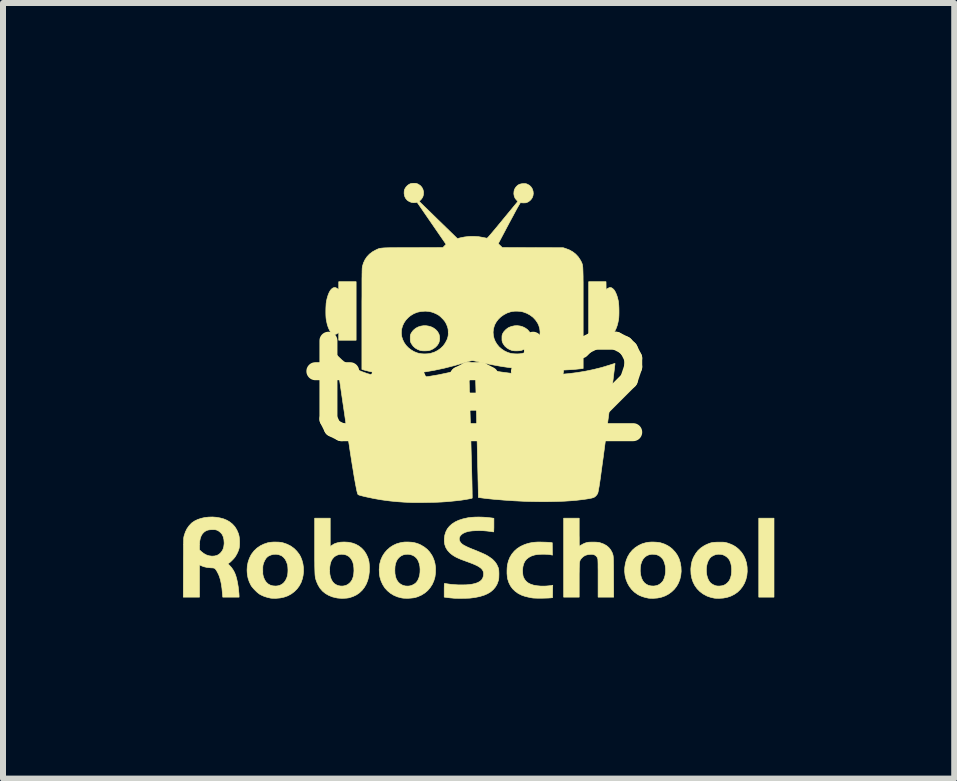
<source format=kicad_pcb>
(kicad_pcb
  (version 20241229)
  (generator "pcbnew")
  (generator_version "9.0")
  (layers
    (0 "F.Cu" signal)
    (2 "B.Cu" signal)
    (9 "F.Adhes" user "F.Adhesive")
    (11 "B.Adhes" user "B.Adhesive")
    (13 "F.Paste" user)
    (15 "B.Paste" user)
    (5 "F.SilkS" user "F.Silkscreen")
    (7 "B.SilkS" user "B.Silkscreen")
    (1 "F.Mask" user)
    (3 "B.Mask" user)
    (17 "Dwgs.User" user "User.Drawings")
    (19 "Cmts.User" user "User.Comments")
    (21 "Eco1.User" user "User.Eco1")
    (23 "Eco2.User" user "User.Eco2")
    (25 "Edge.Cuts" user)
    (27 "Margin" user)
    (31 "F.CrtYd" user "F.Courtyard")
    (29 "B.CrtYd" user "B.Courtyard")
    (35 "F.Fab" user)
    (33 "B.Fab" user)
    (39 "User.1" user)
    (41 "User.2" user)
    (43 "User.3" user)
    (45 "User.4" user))
  (footprint "test2"
    (layer "F.Cu")
    (at 4.928 3.464)
    (property "Reference" "test2" (at 0 0 0) (layer "F.SilkS") (effects (font (size 1.524 1.524) (thickness 0.3))))
    (attr through_hole)
    (fp_poly (pts (xy 4.923 3.439) (xy 4.669 3.439) (xy 4.669 2.123) (xy 4.923 2.123) (xy 4.923 3.439)) (stroke (width 0.01) (type solid)) (fill yes) (layer "F.SilkS"))
    (fp_poly (pts (xy -2.042 -0.843) (xy -2.332 -0.843) (xy -2.332 -0.977) (xy -2.346 -0.964) (xy -2.365 -0.949) (xy -2.383 -0.942) (xy -2.401 -0.94) (xy -2.425 -0.945) (xy -2.448 -0.959) (xy -2.47 -0.983) (xy -2.489 -1.016) (xy -2.507 -1.057) (xy -2.523 -1.105) (xy -2.535 -1.161) (xy -2.541 -1.191) (xy -2.544 -1.219) (xy -2.546 -1.255) (xy -2.547 -1.295) (xy -2.547 -1.338) (xy -2.546 -1.382) (xy -2.544 -1.422) (xy -2.542 -1.458) (xy -2.538 -1.486) (xy -2.538 -1.486) (xy -2.525 -1.545) (xy -2.509 -1.597) (xy -2.491 -1.64) (xy -2.471 -1.675) (xy -2.448 -1.7) (xy -2.434 -1.711) (xy -2.411 -1.721) (xy -2.388 -1.721) (xy -2.365 -1.711) (xy -2.348 -1.698) (xy -2.332 -1.682) (xy -2.332 -1.819) (xy -2.042 -1.819) (xy -2.042 -0.843)) (stroke (width 0.01) (type solid)) (fill yes) (layer "F.SilkS"))
    (fp_poly (pts (xy 0.692 -1.08) (xy 0.736 -1.067) (xy 0.776 -1.047) (xy 0.812 -1.022) (xy 0.841 -0.99) (xy 0.864 -0.953) (xy 0.869 -0.94) (xy 0.877 -0.907) (xy 0.879 -0.87) (xy 0.875 -0.833) (xy 0.866 -0.8) (xy 0.861 -0.791) (xy 0.838 -0.756) (xy 0.807 -0.724) (xy 0.768 -0.698) (xy 0.725 -0.678) (xy 0.712 -0.674) (xy 0.688 -0.669) (xy 0.659 -0.667) (xy 0.626 -0.666) (xy 0.594 -0.667) (xy 0.567 -0.671) (xy 0.555 -0.673) (xy 0.511 -0.69) (xy 0.472 -0.714) (xy 0.438 -0.744) (xy 0.412 -0.78) (xy 0.405 -0.792) (xy 0.398 -0.808) (xy 0.393 -0.822) (xy 0.39 -0.836) (xy 0.389 -0.853) (xy 0.389 -0.876) (xy 0.389 -0.901) (xy 0.39 -0.918) (xy 0.393 -0.932) (xy 0.398 -0.946) (xy 0.403 -0.957) (xy 0.422 -0.987) (xy 0.449 -1.016) (xy 0.479 -1.041) (xy 0.505 -1.057) (xy 0.551 -1.074) (xy 0.598 -1.084) (xy 0.645 -1.086) (xy 0.692 -1.08)) (stroke (width 0.01) (type solid)) (fill yes) (layer "F.SilkS"))
    (fp_poly (pts (xy -0.875 -1.085) (xy -0.831 -1.078) (xy -0.788 -1.065) (xy -0.749 -1.045) (xy -0.715 -1.02) (xy -0.686 -0.989) (xy -0.665 -0.952) (xy -0.66 -0.941) (xy -0.652 -0.907) (xy -0.65 -0.87) (xy -0.654 -0.833) (xy -0.664 -0.799) (xy -0.668 -0.791) (xy -0.691 -0.756) (xy -0.723 -0.724) (xy -0.761 -0.698) (xy -0.804 -0.678) (xy -0.818 -0.674) (xy -0.841 -0.669) (xy -0.87 -0.667) (xy -0.903 -0.666) (xy -0.935 -0.667) (xy -0.962 -0.671) (xy -0.974 -0.673) (xy -1.018 -0.69) (xy -1.058 -0.714) (xy -1.091 -0.744) (xy -1.117 -0.78) (xy -1.124 -0.792) (xy -1.132 -0.808) (xy -1.136 -0.822) (xy -1.139 -0.836) (xy -1.14 -0.853) (xy -1.14 -0.876) (xy -1.14 -0.901) (xy -1.139 -0.918) (xy -1.136 -0.932) (xy -1.131 -0.946) (xy -1.126 -0.957) (xy -1.114 -0.976) (xy -1.099 -0.997) (xy -1.083 -1.014) (xy -1.048 -1.043) (xy -1.008 -1.064) (xy -0.965 -1.078) (xy -0.92 -1.085) (xy -0.875 -1.085)) (stroke (width 0.01) (type solid)) (fill yes) (layer "F.SilkS"))
    (fp_poly (pts (xy 2.124 -1.749) (xy 2.124 -1.719) (xy 2.125 -1.7) (xy 2.126 -1.689) (xy 2.128 -1.687) (xy 2.129 -1.688) (xy 2.138 -1.698) (xy 2.154 -1.708) (xy 2.172 -1.717) (xy 2.188 -1.722) (xy 2.192 -1.722) (xy 2.216 -1.717) (xy 2.238 -1.702) (xy 2.26 -1.679) (xy 2.279 -1.647) (xy 2.297 -1.607) (xy 2.313 -1.56) (xy 2.326 -1.506) (xy 2.33 -1.486) (xy 2.333 -1.458) (xy 2.336 -1.422) (xy 2.338 -1.382) (xy 2.339 -1.338) (xy 2.339 -1.295) (xy 2.338 -1.255) (xy 2.336 -1.219) (xy 2.333 -1.191) (xy 2.322 -1.137) (xy 2.309 -1.087) (xy 2.293 -1.043) (xy 2.276 -1.006) (xy 2.257 -0.976) (xy 2.237 -0.955) (xy 2.225 -0.947) (xy 2.205 -0.941) (xy 2.184 -0.94) (xy 2.165 -0.945) (xy 2.162 -0.946) (xy 2.151 -0.953) (xy 2.138 -0.963) (xy 2.137 -0.964) (xy 2.123 -0.977) (xy 2.123 -0.843) (xy 1.834 -0.843) (xy 1.834 -1.819) (xy 2.123 -1.819) (xy 2.124 -1.749)) (stroke (width 0.01) (type solid)) (fill yes) (layer "F.SilkS"))
    (fp_poly (pts (xy 1.676 2.357) (xy 1.676 2.405) (xy 1.677 2.449) (xy 1.677 2.489) (xy 1.677 2.524) (xy 1.677 2.553) (xy 1.678 2.574) (xy 1.678 2.587) (xy 1.678 2.591) (xy 1.683 2.588) (xy 1.694 2.581) (xy 1.709 2.571) (xy 1.713 2.569) (xy 1.735 2.556) (xy 1.761 2.543) (xy 1.783 2.535) (xy 1.799 2.53) (xy 1.813 2.527) (xy 1.828 2.524) (xy 1.846 2.523) (xy 1.87 2.522) (xy 1.901 2.522) (xy 1.905 2.522) (xy 1.938 2.522) (xy 1.964 2.523) (xy 1.984 2.525) (xy 2.001 2.527) (xy 2.017 2.53) (xy 2.029 2.534) (xy 2.084 2.554) (xy 2.131 2.58) (xy 2.17 2.613) (xy 2.201 2.652) (xy 2.226 2.698) (xy 2.239 2.736) (xy 2.24 2.743) (xy 2.242 2.751) (xy 2.243 2.761) (xy 2.244 2.775) (xy 2.245 2.792) (xy 2.246 2.813) (xy 2.247 2.84) (xy 2.247 2.872) (xy 2.248 2.912) (xy 2.248 2.959) (xy 2.249 3.014) (xy 2.249 3.078) (xy 2.249 3.103) (xy 2.251 3.439) (xy 1.991 3.439) (xy 1.991 3.135) (xy 1.991 3.059) (xy 1.991 2.994) (xy 1.99 2.937) (xy 1.99 2.89) (xy 1.989 2.853) (xy 1.988 2.826) (xy 1.987 2.809) (xy 1.986 2.804) (xy 1.975 2.775) (xy 1.956 2.752) (xy 1.934 2.737) (xy 1.92 2.731) (xy 1.905 2.727) (xy 1.885 2.726) (xy 1.869 2.726) (xy 1.822 2.73) (xy 1.78 2.742) (xy 1.744 2.763) (xy 1.714 2.792) (xy 1.709 2.798) (xy 1.702 2.807) (xy 1.697 2.815) (xy 1.692 2.824) (xy 1.688 2.834) (xy 1.685 2.846) (xy 1.682 2.86) (xy 1.68 2.879) (xy 1.679 2.902) (xy 1.678 2.93) (xy 1.677 2.965) (xy 1.677 3.007) (xy 1.676 3.056) (xy 1.676 3.115) (xy 1.676 3.156) (xy 1.676 3.439) (xy 1.417 3.439) (xy 1.417 2.123) (xy 1.676 2.123) (xy 1.676 2.357)) (stroke (width 0.01) (type solid)) (fill yes) (layer "F.SilkS"))
    (fp_poly (pts (xy 1.074 2.522) (xy 1.108 2.523) (xy 1.139 2.524) (xy 1.167 2.526) (xy 1.189 2.527) (xy 1.202 2.528) (xy 1.204 2.529) (xy 1.227 2.532) (xy 1.228 2.636) (xy 1.23 2.739) (xy 1.218 2.736) (xy 1.185 2.73) (xy 1.145 2.726) (xy 1.101 2.724) (xy 1.055 2.724) (xy 1.01 2.726) (xy 0.969 2.73) (xy 0.935 2.736) (xy 0.929 2.738) (xy 0.877 2.755) (xy 0.833 2.779) (xy 0.797 2.808) (xy 0.769 2.844) (xy 0.749 2.887) (xy 0.737 2.936) (xy 0.732 2.991) (xy 0.733 3.017) (xy 0.735 3.049) (xy 0.738 3.073) (xy 0.742 3.093) (xy 0.746 3.105) (xy 0.766 3.143) (xy 0.792 3.175) (xy 0.825 3.202) (xy 0.866 3.223) (xy 0.915 3.239) (xy 0.972 3.249) (xy 1.036 3.255) (xy 1.067 3.255) (xy 1.102 3.255) (xy 1.137 3.253) (xy 1.171 3.25) (xy 1.2 3.247) (xy 1.222 3.243) (xy 1.223 3.243) (xy 1.235 3.24) (xy 1.232 3.447) (xy 1.206 3.451) (xy 1.189 3.452) (xy 1.164 3.454) (xy 1.132 3.455) (xy 1.096 3.456) (xy 1.058 3.457) (xy 1.02 3.457) (xy 0.984 3.457) (xy 0.952 3.456) (xy 0.926 3.455) (xy 0.908 3.454) (xy 0.907 3.454) (xy 0.864 3.447) (xy 0.819 3.437) (xy 0.774 3.426) (xy 0.733 3.412) (xy 0.718 3.407) (xy 0.66 3.378) (xy 0.61 3.342) (xy 0.566 3.3) (xy 0.531 3.252) (xy 0.504 3.198) (xy 0.485 3.14) (xy 0.482 3.129) (xy 0.477 3.09) (xy 0.473 3.045) (xy 0.473 2.998) (xy 0.475 2.951) (xy 0.479 2.91) (xy 0.48 2.904) (xy 0.496 2.837) (xy 0.521 2.776) (xy 0.554 2.721) (xy 0.595 2.672) (xy 0.643 2.629) (xy 0.699 2.593) (xy 0.762 2.564) (xy 0.809 2.548) (xy 0.851 2.537) (xy 0.892 2.529) (xy 0.935 2.524) (xy 0.981 2.521) (xy 1.034 2.521) (xy 1.074 2.522)) (stroke (width 0.01) (type solid)) (fill yes) (layer "F.SilkS"))
    (fp_poly (pts (xy 2.959 2.523) (xy 2.999 2.527) (xy 3.032 2.533) (xy 3.035 2.534) (xy 3.096 2.554) (xy 3.15 2.58) (xy 3.198 2.612) (xy 3.232 2.641) (xy 3.277 2.69) (xy 3.314 2.743) (xy 3.342 2.802) (xy 3.361 2.866) (xy 3.373 2.936) (xy 3.373 2.938) (xy 3.376 3.009) (xy 3.369 3.078) (xy 3.354 3.143) (xy 3.331 3.203) (xy 3.3 3.258) (xy 3.261 3.308) (xy 3.216 3.351) (xy 3.165 3.388) (xy 3.109 3.418) (xy 3.047 3.44) (xy 2.981 3.454) (xy 2.91 3.459) (xy 2.903 3.459) (xy 2.878 3.458) (xy 2.856 3.458) (xy 2.839 3.457) (xy 2.83 3.456) (xy 2.779 3.445) (xy 2.729 3.43) (xy 2.682 3.411) (xy 2.649 3.393) (xy 2.597 3.356) (xy 2.551 3.311) (xy 2.512 3.26) (xy 2.481 3.205) (xy 2.457 3.145) (xy 2.441 3.082) (xy 2.434 3.016) (xy 2.434 3.005) (xy 2.693 3.005) (xy 2.694 3.015) (xy 2.701 3.071) (xy 2.714 3.12) (xy 2.734 3.162) (xy 2.76 3.197) (xy 2.792 3.223) (xy 2.829 3.242) (xy 2.871 3.252) (xy 2.916 3.254) (xy 2.943 3.251) (xy 2.97 3.245) (xy 2.983 3.241) (xy 3.011 3.227) (xy 3.039 3.206) (xy 3.063 3.181) (xy 3.076 3.163) (xy 3.095 3.121) (xy 3.108 3.074) (xy 3.115 3.023) (xy 3.116 2.97) (xy 3.111 2.919) (xy 3.099 2.87) (xy 3.082 2.826) (xy 3.081 2.825) (xy 3.068 2.804) (xy 3.049 2.783) (xy 3.027 2.763) (xy 3.006 2.748) (xy 3.002 2.746) (xy 2.969 2.733) (xy 2.932 2.726) (xy 2.894 2.724) (xy 2.884 2.724) (xy 2.839 2.733) (xy 2.8 2.75) (xy 2.767 2.775) (xy 2.739 2.808) (xy 2.718 2.848) (xy 2.703 2.894) (xy 2.695 2.947) (xy 2.693 3.005) (xy 2.434 3.005) (xy 2.435 2.949) (xy 2.445 2.882) (xy 2.461 2.823) (xy 2.487 2.761) (xy 2.521 2.705) (xy 2.563 2.655) (xy 2.612 2.612) (xy 2.667 2.577) (xy 2.727 2.549) (xy 2.794 2.53) (xy 2.799 2.529) (xy 2.833 2.524) (xy 2.874 2.521) (xy 2.917 2.521) (xy 2.959 2.523)) (stroke (width 0.01) (type solid)) (fill yes) (layer "F.SilkS"))
    (fp_poly (pts (xy -1.163 2.521) (xy -1.115 2.524) (xy -1.072 2.531) (xy -1.034 2.541) (xy -0.995 2.555) (xy -0.963 2.57) (xy -0.906 2.604) (xy -0.857 2.643) (xy -0.816 2.688) (xy -0.78 2.741) (xy -0.764 2.771) (xy -0.743 2.823) (xy -0.728 2.878) (xy -0.719 2.939) (xy -0.718 2.962) (xy -0.719 3.034) (xy -0.728 3.103) (xy -0.747 3.167) (xy -0.773 3.226) (xy -0.808 3.28) (xy -0.849 3.329) (xy -0.898 3.37) (xy -0.954 3.405) (xy -1.015 3.432) (xy -1.057 3.445) (xy -1.088 3.451) (xy -1.126 3.455) (xy -1.167 3.458) (xy -1.209 3.458) (xy -1.248 3.457) (xy -1.28 3.453) (xy -1.284 3.452) (xy -1.351 3.435) (xy -1.413 3.409) (xy -1.469 3.375) (xy -1.519 3.334) (xy -1.563 3.286) (xy -1.598 3.231) (xy -1.626 3.171) (xy -1.646 3.105) (xy -1.646 3.103) (xy -1.653 3.063) (xy -1.656 3.018) (xy -1.657 2.99) (xy -1.397 2.99) (xy -1.395 3.045) (xy -1.387 3.092) (xy -1.374 3.133) (xy -1.355 3.168) (xy -1.335 3.194) (xy -1.302 3.222) (xy -1.264 3.242) (xy -1.222 3.253) (xy -1.177 3.255) (xy -1.142 3.251) (xy -1.111 3.241) (xy -1.08 3.226) (xy -1.054 3.208) (xy -1.038 3.193) (xy -1.014 3.159) (xy -0.996 3.117) (xy -0.983 3.072) (xy -0.977 3.023) (xy -0.976 2.972) (xy -0.98 2.923) (xy -0.991 2.876) (xy -1.007 2.833) (xy -1.03 2.796) (xy -1.034 2.791) (xy -1.063 2.763) (xy -1.097 2.743) (xy -1.136 2.73) (xy -1.177 2.724) (xy -1.218 2.726) (xy -1.258 2.735) (xy -1.295 2.753) (xy -1.322 2.774) (xy -1.35 2.804) (xy -1.37 2.839) (xy -1.385 2.88) (xy -1.394 2.927) (xy -1.397 2.983) (xy -1.397 2.99) (xy -1.657 2.99) (xy -1.657 2.971) (xy -1.654 2.925) (xy -1.649 2.886) (xy -1.648 2.883) (xy -1.63 2.817) (xy -1.604 2.758) (xy -1.569 2.703) (xy -1.526 2.653) (xy -1.524 2.652) (xy -1.476 2.609) (xy -1.424 2.576) (xy -1.368 2.55) (xy -1.354 2.546) (xy -1.313 2.534) (xy -1.275 2.526) (xy -1.236 2.521) (xy -1.192 2.52) (xy -1.163 2.521)) (stroke (width 0.01) (type solid)) (fill yes) (layer "F.SilkS"))
    (fp_poly (pts (xy -2.474 2.596) (xy -2.447 2.576) (xy -2.407 2.551) (xy -2.359 2.534) (xy -2.303 2.523) (xy -2.241 2.52) (xy -2.241 2.52) (xy -2.171 2.524) (xy -2.107 2.537) (xy -2.048 2.558) (xy -1.996 2.587) (xy -1.949 2.624) (xy -1.908 2.668) (xy -1.874 2.721) (xy -1.867 2.736) (xy -1.85 2.772) (xy -1.838 2.807) (xy -1.829 2.842) (xy -1.824 2.882) (xy -1.821 2.928) (xy -1.82 2.939) (xy -1.822 3.016) (xy -1.831 3.089) (xy -1.848 3.157) (xy -1.872 3.219) (xy -1.904 3.275) (xy -1.942 3.324) (xy -1.987 3.367) (xy -2.038 3.402) (xy -2.095 3.429) (xy -2.157 3.449) (xy -2.173 3.452) (xy -2.203 3.456) (xy -2.24 3.458) (xy -2.279 3.459) (xy -2.319 3.457) (xy -2.354 3.454) (xy -2.369 3.451) (xy -2.437 3.435) (xy -2.499 3.41) (xy -2.554 3.378) (xy -2.602 3.339) (xy -2.643 3.292) (xy -2.676 3.238) (xy -2.703 3.177) (xy -2.715 3.139) (xy -2.718 3.128) (xy -2.721 3.115) (xy -2.723 3.102) (xy -2.725 3.086) (xy -2.727 3.068) (xy -2.728 3.047) (xy -2.729 3.022) (xy -2.73 2.992) (xy -2.73 2.991) (xy -2.484 2.991) (xy -2.481 3.051) (xy -2.471 3.103) (xy -2.454 3.148) (xy -2.431 3.186) (xy -2.402 3.216) (xy -2.366 3.237) (xy -2.337 3.248) (xy -2.3 3.254) (xy -2.26 3.254) (xy -2.221 3.246) (xy -2.2 3.238) (xy -2.17 3.22) (xy -2.141 3.195) (xy -2.118 3.165) (xy -2.106 3.143) (xy -2.091 3.1) (xy -2.082 3.052) (xy -2.078 3.001) (xy -2.08 2.949) (xy -2.086 2.899) (xy -2.098 2.855) (xy -2.103 2.842) (xy -2.124 2.804) (xy -2.151 2.772) (xy -2.171 2.756) (xy -2.207 2.737) (xy -2.246 2.727) (xy -2.287 2.724) (xy -2.328 2.729) (xy -2.366 2.742) (xy -2.4 2.762) (xy -2.412 2.773) (xy -2.439 2.804) (xy -2.46 2.843) (xy -2.474 2.888) (xy -2.482 2.94) (xy -2.484 2.991) (xy -2.73 2.991) (xy -2.731 2.957) (xy -2.732 2.916) (xy -2.732 2.869) (xy -2.733 2.814) (xy -2.733 2.751) (xy -2.733 2.68) (xy -2.733 2.599) (xy -2.733 2.574) (xy -2.733 2.123) (xy -2.474 2.123) (xy -2.474 2.596)) (stroke (width 0.01) (type solid)) (fill yes) (layer "F.SilkS"))
    (fp_poly (pts (xy -3.335 2.522) (xy -3.296 2.526) (xy -3.263 2.533) (xy -3.259 2.534) (xy -3.192 2.557) (xy -3.131 2.588) (xy -3.077 2.627) (xy -3.031 2.673) (xy -2.991 2.725) (xy -2.967 2.767) (xy -2.945 2.823) (xy -2.929 2.884) (xy -2.92 2.948) (xy -2.919 3.014) (xy -2.926 3.078) (xy -2.937 3.13) (xy -2.959 3.194) (xy -2.99 3.252) (xy -3.028 3.303) (xy -3.073 3.348) (xy -3.124 3.386) (xy -3.181 3.417) (xy -3.243 3.439) (xy -3.309 3.453) (xy -3.38 3.459) (xy -3.391 3.459) (xy -3.416 3.458) (xy -3.438 3.458) (xy -3.456 3.457) (xy -3.465 3.456) (xy -3.519 3.444) (xy -3.574 3.427) (xy -3.625 3.404) (xy -3.646 3.393) (xy -3.668 3.377) (xy -3.694 3.356) (xy -3.721 3.33) (xy -3.747 3.303) (xy -3.77 3.276) (xy -3.789 3.252) (xy -3.794 3.243) (xy -3.823 3.184) (xy -3.844 3.121) (xy -3.856 3.055) (xy -3.86 2.99) (xy -3.598 2.99) (xy -3.598 3.02) (xy -3.598 3.044) (xy -3.596 3.062) (xy -3.593 3.077) (xy -3.589 3.092) (xy -3.585 3.107) (xy -3.566 3.152) (xy -3.54 3.19) (xy -3.509 3.219) (xy -3.473 3.239) (xy -3.431 3.251) (xy -3.385 3.254) (xy -3.378 3.254) (xy -3.35 3.251) (xy -3.323 3.245) (xy -3.311 3.241) (xy -3.275 3.222) (xy -3.244 3.195) (xy -3.218 3.16) (xy -3.198 3.117) (xy -3.187 3.084) (xy -3.182 3.056) (xy -3.179 3.021) (xy -3.178 2.984) (xy -3.18 2.947) (xy -3.183 2.914) (xy -3.187 2.896) (xy -3.203 2.849) (xy -3.224 2.809) (xy -3.251 2.776) (xy -3.281 2.752) (xy -3.292 2.746) (xy -3.333 2.731) (xy -3.376 2.724) (xy -3.42 2.726) (xy -3.463 2.737) (xy -3.503 2.755) (xy -3.519 2.767) (xy -3.54 2.787) (xy -3.559 2.816) (xy -3.576 2.85) (xy -3.585 2.873) (xy -3.59 2.89) (xy -3.594 2.905) (xy -3.596 2.921) (xy -3.598 2.939) (xy -3.598 2.964) (xy -3.598 2.99) (xy -3.86 2.99) (xy -3.86 2.988) (xy -3.856 2.921) (xy -3.843 2.856) (xy -3.822 2.794) (xy -3.793 2.735) (xy -3.782 2.718) (xy -3.742 2.666) (xy -3.694 2.621) (xy -3.64 2.584) (xy -3.581 2.555) (xy -3.516 2.533) (xy -3.495 2.529) (xy -3.461 2.524) (xy -3.421 2.521) (xy -3.378 2.521) (xy -3.335 2.522)) (stroke (width 0.01) (type solid)) (fill yes) (layer "F.SilkS"))
    (fp_poly (pts (xy 4.042 2.523) (xy 4.068 2.523) (xy 4.088 2.524) (xy 4.104 2.526) (xy 4.119 2.529) (xy 4.134 2.533) (xy 4.146 2.536) (xy 4.196 2.554) (xy 4.239 2.573) (xy 4.277 2.595) (xy 4.314 2.623) (xy 4.34 2.646) (xy 4.383 2.694) (xy 4.418 2.747) (xy 4.445 2.807) (xy 4.465 2.871) (xy 4.475 2.939) (xy 4.475 2.94) (xy 4.477 3.013) (xy 4.47 3.082) (xy 4.454 3.147) (xy 4.43 3.208) (xy 4.398 3.263) (xy 4.36 3.312) (xy 4.315 3.356) (xy 4.263 3.392) (xy 4.206 3.421) (xy 4.144 3.442) (xy 4.077 3.455) (xy 4.006 3.459) (xy 4.006 3.459) (xy 3.98 3.458) (xy 3.957 3.458) (xy 3.939 3.457) (xy 3.929 3.456) (xy 3.901 3.45) (xy 3.868 3.442) (xy 3.834 3.431) (xy 3.804 3.42) (xy 3.797 3.416) (xy 3.738 3.384) (xy 3.686 3.344) (xy 3.641 3.298) (xy 3.603 3.245) (xy 3.574 3.188) (xy 3.553 3.125) (xy 3.54 3.058) (xy 3.537 2.986) (xy 3.537 2.966) (xy 3.795 2.966) (xy 3.796 3.017) (xy 3.802 3.067) (xy 3.814 3.113) (xy 3.832 3.156) (xy 3.856 3.192) (xy 3.857 3.193) (xy 3.879 3.213) (xy 3.908 3.231) (xy 3.94 3.245) (xy 3.955 3.25) (xy 3.984 3.254) (xy 4.018 3.254) (xy 4.053 3.25) (xy 4.083 3.242) (xy 4.086 3.241) (xy 4.115 3.226) (xy 4.143 3.204) (xy 4.167 3.178) (xy 4.182 3.156) (xy 4.199 3.116) (xy 4.211 3.07) (xy 4.216 3.02) (xy 4.217 2.969) (xy 4.212 2.919) (xy 4.202 2.872) (xy 4.186 2.831) (xy 4.182 2.824) (xy 4.171 2.806) (xy 4.155 2.788) (xy 4.142 2.774) (xy 4.108 2.75) (xy 4.071 2.733) (xy 4.03 2.725) (xy 3.989 2.724) (xy 3.949 2.731) (xy 3.911 2.746) (xy 3.877 2.767) (xy 3.853 2.791) (xy 3.83 2.827) (xy 3.812 2.87) (xy 3.801 2.917) (xy 3.795 2.966) (xy 3.537 2.966) (xy 3.537 2.962) (xy 3.544 2.9) (xy 3.556 2.843) (xy 3.575 2.79) (xy 3.584 2.771) (xy 3.617 2.714) (xy 3.655 2.664) (xy 3.7 2.622) (xy 3.753 2.586) (xy 3.782 2.57) (xy 3.815 2.555) (xy 3.844 2.543) (xy 3.872 2.534) (xy 3.901 2.528) (xy 3.934 2.525) (xy 3.972 2.523) (xy 4.008 2.523) (xy 4.042 2.523)) (stroke (width 0.01) (type solid)) (fill yes) (layer "F.SilkS"))
    (fp_poly (pts (xy 2.273 -0.451) (xy 2.271 -0.436) (xy 2.268 -0.413) (xy 2.265 -0.381) (xy 2.26 -0.342) (xy 2.254 -0.295) (xy 2.248 -0.243) (xy 2.241 -0.185) (xy 2.233 -0.122) (xy 2.225 -0.054) (xy 2.216 0.017) (xy 2.206 0.092) (xy 2.197 0.169) (xy 2.187 0.247) (xy 2.177 0.327) (xy 2.167 0.408) (xy 2.156 0.488) (xy 2.146 0.568) (xy 2.136 0.647) (xy 2.126 0.723) (xy 2.117 0.797) (xy 2.108 0.868) (xy 2.099 0.935) (xy 2.091 0.998) (xy 2.083 1.055) (xy 2.078 1.097) (xy 2.064 1.196) (xy 2.052 1.285) (xy 2.041 1.364) (xy 2.032 1.434) (xy 2.023 1.496) (xy 2.015 1.549) (xy 2.008 1.594) (xy 2.001 1.632) (xy 1.996 1.662) (xy 1.991 1.685) (xy 1.987 1.701) (xy 1.984 1.712) (xy 1.983 1.713) (xy 1.969 1.734) (xy 1.95 1.756) (xy 1.929 1.772) (xy 1.928 1.773) (xy 1.911 1.78) (xy 1.885 1.788) (xy 1.849 1.795) (xy 1.802 1.803) (xy 1.747 1.811) (xy 1.732 1.813) (xy 1.638 1.824) (xy 1.535 1.833) (xy 1.425 1.84) (xy 1.308 1.844) (xy 1.185 1.847) (xy 1.058 1.848) (xy 0.928 1.846) (xy 0.819 1.844) (xy 0.743 1.841) (xy 0.664 1.837) (xy 0.583 1.833) (xy 0.501 1.827) (xy 0.419 1.822) (xy 0.34 1.815) (xy 0.264 1.809) (xy 0.193 1.802) (xy 0.128 1.795) (xy 0.071 1.788) (xy 0.034 1.783) (xy -0.005 1.777) (xy -0.005 1.725) (xy -0.005 1.715) (xy -0.006 1.695) (xy -0.006 1.666) (xy -0.007 1.629) (xy -0.008 1.583) (xy -0.009 1.53) (xy -0.011 1.469) (xy -0.012 1.402) (xy -0.014 1.329) (xy -0.016 1.251) (xy -0.018 1.167) (xy -0.02 1.079) (xy -0.022 0.986) (xy -0.024 0.89) (xy -0.027 0.792) (xy -0.029 0.69) (xy -0.03 0.64) (xy -0.033 0.539) (xy -0.035 0.44) (xy -0.037 0.344) (xy -0.04 0.252) (xy -0.042 0.164) (xy -0.044 0.08) (xy -0.045 0.002) (xy -0.047 -0.07) (xy -0.049 -0.137) (xy -0.05 -0.197) (xy -0.051 -0.25) (xy -0.052 -0.296) (xy -0.053 -0.333) (xy -0.053 -0.362) (xy -0.054 -0.382) (xy -0.054 -0.393) (xy -0.054 -0.395) (xy -0.049 -0.394) (xy -0.035 -0.392) (xy -0.016 -0.387) (xy 0.008 -0.382) (xy 0.021 -0.379) (xy 0.133 -0.354) (xy 0.252 -0.332) (xy 0.378 -0.313) (xy 0.507 -0.296) (xy 0.639 -0.283) (xy 0.77 -0.272) (xy 0.899 -0.266) (xy 1.024 -0.262) (xy 1.143 -0.263) (xy 1.19 -0.264) (xy 1.348 -0.273) (xy 1.498 -0.286) (xy 1.642 -0.304) (xy 1.781 -0.327) (xy 1.915 -0.355) (xy 2.048 -0.388) (xy 2.179 -0.428) (xy 2.193 -0.432) (xy 2.22 -0.441) (xy 2.242 -0.448) (xy 2.26 -0.453) (xy 2.271 -0.456) (xy 2.273 -0.456) (xy 2.273 -0.451)) (stroke (width 0.01) (type solid)) (fill yes) (layer "F.SilkS"))
    (fp_poly (pts (xy -4.372 2.108) (xy -4.309 2.119) (xy -4.249 2.135) (xy -4.195 2.158) (xy -4.152 2.183) (xy -4.104 2.221) (xy -4.064 2.265) (xy -4.032 2.316) (xy -4.007 2.373) (xy -3.997 2.405) (xy -3.991 2.435) (xy -3.987 2.47) (xy -3.985 2.509) (xy -3.985 2.548) (xy -3.987 2.585) (xy -3.991 2.617) (xy -3.994 2.631) (xy -4.008 2.672) (xy -4.027 2.714) (xy -4.05 2.754) (xy -4.061 2.771) (xy -4.077 2.791) (xy -4.097 2.813) (xy -4.119 2.835) (xy -4.14 2.855) (xy -4.159 2.869) (xy -4.165 2.873) (xy -4.18 2.882) (xy -4.151 2.911) (xy -4.12 2.945) (xy -4.093 2.984) (xy -4.069 3.027) (xy -4.049 3.077) (xy -4.033 3.133) (xy -4.019 3.197) (xy -4.007 3.269) (xy -4 3.326) (xy -3.998 3.354) (xy -3.995 3.38) (xy -3.994 3.401) (xy -3.993 3.416) (xy -3.993 3.418) (xy -3.993 3.439) (xy -4.265 3.439) (xy -4.272 3.364) (xy -4.279 3.289) (xy -4.289 3.222) (xy -4.301 3.163) (xy -4.316 3.111) (xy -4.333 3.065) (xy -4.354 3.024) (xy -4.366 3.002) (xy -4.379 2.983) (xy -4.39 2.969) (xy -4.4 2.96) (xy -4.413 2.955) (xy -4.43 2.952) (xy -4.454 2.951) (xy -4.468 2.95) (xy -4.528 2.944) (xy -4.58 2.932) (xy -4.625 2.915) (xy -4.628 2.913) (xy -4.653 2.901) (xy -4.653 3.439) (xy -4.923 3.439) (xy -4.921 2.948) (xy -4.921 2.866) (xy -4.921 2.794) (xy -4.92 2.731) (xy -4.92 2.676) (xy -4.92 2.651) (xy -4.653 2.651) (xy -4.621 2.681) (xy -4.581 2.712) (xy -4.537 2.736) (xy -4.492 2.75) (xy -4.445 2.756) (xy -4.4 2.753) (xy -4.361 2.743) (xy -4.331 2.727) (xy -4.306 2.706) (xy -4.279 2.674) (xy -4.26 2.639) (xy -4.248 2.598) (xy -4.242 2.55) (xy -4.242 2.53) (xy -4.246 2.478) (xy -4.257 2.433) (xy -4.275 2.394) (xy -4.301 2.363) (xy -4.334 2.337) (xy -4.353 2.327) (xy -4.367 2.321) (xy -4.379 2.318) (xy -4.393 2.315) (xy -4.411 2.314) (xy -4.437 2.314) (xy -4.44 2.314) (xy -4.479 2.316) (xy -4.511 2.321) (xy -4.537 2.33) (xy -4.562 2.344) (xy -4.582 2.36) (xy -4.607 2.388) (xy -4.626 2.421) (xy -4.64 2.46) (xy -4.649 2.506) (xy -4.653 2.56) (xy -4.653 2.584) (xy -4.653 2.651) (xy -4.92 2.651) (xy -4.92 2.628) (xy -4.92 2.588) (xy -4.919 2.554) (xy -4.919 2.525) (xy -4.918 2.501) (xy -4.917 2.482) (xy -4.917 2.466) (xy -4.916 2.454) (xy -4.915 2.444) (xy -4.913 2.435) (xy -4.912 2.428) (xy -4.91 2.42) (xy -4.908 2.413) (xy -4.908 2.413) (xy -4.888 2.353) (xy -4.861 2.298) (xy -4.827 2.25) (xy -4.788 2.208) (xy -4.78 2.201) (xy -4.735 2.17) (xy -4.683 2.145) (xy -4.626 2.126) (xy -4.565 2.112) (xy -4.501 2.105) (xy -4.436 2.103) (xy -4.372 2.108)) (stroke (width 0.01) (type solid)) (fill yes) (layer "F.SilkS"))
    (fp_poly (pts (xy -2.377 -0.608) (xy -2.369 -0.602) (xy -2.357 -0.589) (xy -2.342 -0.573) (xy -2.279 -0.513) (xy -2.208 -0.457) (xy -2.129 -0.407) (xy -2.043 -0.361) (xy -1.95 -0.321) (xy -1.852 -0.286) (xy -1.748 -0.258) (xy -1.656 -0.239) (xy -1.529 -0.22) (xy -1.398 -0.209) (xy -1.262 -0.206) (xy -1.122 -0.209) (xy -0.978 -0.221) (xy -0.828 -0.24) (xy -0.673 -0.266) (xy -0.512 -0.3) (xy -0.345 -0.342) (xy -0.249 -0.368) (xy -0.222 -0.376) (xy -0.198 -0.382) (xy -0.18 -0.387) (xy -0.168 -0.39) (xy -0.165 -0.39) (xy -0.165 -0.385) (xy -0.164 -0.37) (xy -0.164 -0.346) (xy -0.163 -0.313) (xy -0.161 -0.272) (xy -0.16 -0.223) (xy -0.158 -0.167) (xy -0.156 -0.104) (xy -0.154 -0.034) (xy -0.152 0.042) (xy -0.15 0.123) (xy -0.147 0.209) (xy -0.145 0.3) (xy -0.142 0.394) (xy -0.139 0.493) (xy -0.136 0.594) (xy -0.133 0.699) (xy -0.129 0.834) (xy -0.126 0.96) (xy -0.123 1.076) (xy -0.12 1.182) (xy -0.117 1.279) (xy -0.115 1.367) (xy -0.113 1.446) (xy -0.111 1.516) (xy -0.11 1.578) (xy -0.109 1.632) (xy -0.108 1.677) (xy -0.108 1.714) (xy -0.107 1.744) (xy -0.107 1.766) (xy -0.107 1.78) (xy -0.108 1.788) (xy -0.108 1.789) (xy -0.116 1.792) (xy -0.132 1.795) (xy -0.154 1.8) (xy -0.181 1.805) (xy -0.21 1.81) (xy -0.241 1.815) (xy -0.272 1.82) (xy -0.277 1.821) (xy -0.31 1.825) (xy -0.351 1.83) (xy -0.397 1.835) (xy -0.447 1.84) (xy -0.498 1.845) (xy -0.548 1.849) (xy -0.594 1.852) (xy -0.622 1.854) (xy -0.65 1.855) (xy -0.686 1.857) (xy -0.729 1.858) (xy -0.777 1.859) (xy -0.828 1.86) (xy -0.881 1.861) (xy -0.934 1.862) (xy -0.984 1.862) (xy -1.032 1.862) (xy -1.074 1.862) (xy -1.109 1.862) (xy -1.133 1.861) (xy -1.245 1.856) (xy -1.359 1.848) (xy -1.471 1.837) (xy -1.578 1.823) (xy -1.628 1.816) (xy -1.673 1.808) (xy -1.72 1.8) (xy -1.767 1.791) (xy -1.813 1.781) (xy -1.857 1.772) (xy -1.898 1.763) (xy -1.934 1.754) (xy -1.965 1.746) (xy -1.988 1.739) (xy -2.004 1.733) (xy -2.009 1.73) (xy -2.013 1.725) (xy -2.018 1.713) (xy -2.023 1.696) (xy -2.029 1.672) (xy -2.036 1.641) (xy -2.043 1.603) (xy -2.052 1.559) (xy -2.061 1.507) (xy -2.072 1.447) (xy -2.083 1.38) (xy -2.095 1.305) (xy -2.109 1.222) (xy -2.123 1.131) (xy -2.139 1.031) (xy -2.155 0.922) (xy -2.173 0.804) (xy -2.192 0.677) (xy -2.213 0.541) (xy -2.234 0.395) (xy -2.257 0.239) (xy -2.258 0.234) (xy -2.271 0.144) (xy -2.284 0.056) (xy -2.296 -0.028) (xy -2.308 -0.109) (xy -2.319 -0.185) (xy -2.33 -0.257) (xy -2.34 -0.324) (xy -2.349 -0.384) (xy -2.357 -0.438) (xy -2.364 -0.486) (xy -2.37 -0.526) (xy -2.374 -0.558) (xy -2.378 -0.581) (xy -2.38 -0.595) (xy -2.38 -0.599) (xy -2.381 -0.607) (xy -2.381 -0.61) (xy -2.377 -0.608)) (stroke (width 0.01) (type solid)) (fill yes) (layer "F.SilkS"))
    (fp_poly (pts (xy 0.071 2.106) (xy 0.136 2.11) (xy 0.197 2.117) (xy 0.215 2.119) (xy 0.254 2.125) (xy 0.254 2.239) (xy 0.254 2.279) (xy 0.253 2.311) (xy 0.252 2.334) (xy 0.251 2.348) (xy 0.249 2.352) (xy 0.242 2.351) (xy 0.227 2.349) (xy 0.208 2.346) (xy 0.196 2.344) (xy 0.139 2.337) (xy 0.079 2.332) (xy 0.017 2.33) (xy -0.043 2.331) (xy -0.1 2.334) (xy -0.15 2.34) (xy -0.173 2.344) (xy -0.217 2.357) (xy -0.253 2.373) (xy -0.283 2.393) (xy -0.305 2.416) (xy -0.318 2.44) (xy -0.324 2.467) (xy -0.32 2.494) (xy -0.306 2.521) (xy -0.295 2.535) (xy -0.283 2.548) (xy -0.267 2.56) (xy -0.248 2.573) (xy -0.223 2.586) (xy -0.193 2.601) (xy -0.155 2.618) (xy -0.11 2.637) (xy -0.069 2.653) (xy -0.019 2.673) (xy 0.023 2.691) (xy 0.058 2.706) (xy 0.087 2.719) (xy 0.113 2.731) (xy 0.135 2.743) (xy 0.157 2.756) (xy 0.178 2.77) (xy 0.18 2.771) (xy 0.23 2.807) (xy 0.269 2.847) (xy 0.3 2.89) (xy 0.322 2.938) (xy 0.326 2.947) (xy 0.331 2.964) (xy 0.334 2.979) (xy 0.336 2.996) (xy 0.337 3.016) (xy 0.338 3.044) (xy 0.338 3.058) (xy 0.337 3.094) (xy 0.336 3.122) (xy 0.333 3.144) (xy 0.329 3.163) (xy 0.328 3.165) (xy 0.309 3.219) (xy 0.281 3.268) (xy 0.245 3.311) (xy 0.202 3.349) (xy 0.15 3.381) (xy 0.09 3.407) (xy 0.021 3.428) (xy -0.056 3.444) (xy -0.131 3.454) (xy -0.151 3.456) (xy -0.179 3.457) (xy -0.213 3.458) (xy -0.251 3.458) (xy -0.29 3.459) (xy -0.328 3.459) (xy -0.364 3.458) (xy -0.395 3.458) (xy -0.418 3.457) (xy -0.424 3.456) (xy -0.445 3.454) (xy -0.47 3.452) (xy -0.496 3.449) (xy -0.521 3.446) (xy -0.542 3.443) (xy -0.556 3.441) (xy -0.56 3.441) (xy -0.574 3.438) (xy -0.574 3.324) (xy -0.574 3.286) (xy -0.573 3.256) (xy -0.573 3.235) (xy -0.572 3.221) (xy -0.57 3.213) (xy -0.568 3.211) (xy -0.568 3.211) (xy -0.56 3.211) (xy -0.545 3.214) (xy -0.526 3.217) (xy -0.518 3.218) (xy -0.463 3.226) (xy -0.402 3.231) (xy -0.337 3.235) (xy -0.273 3.235) (xy -0.211 3.234) (xy -0.17 3.231) (xy -0.108 3.223) (xy -0.056 3.211) (xy -0.012 3.195) (xy 0.023 3.175) (xy 0.05 3.151) (xy 0.068 3.122) (xy 0.079 3.088) (xy 0.083 3.053) (xy 0.081 3.028) (xy 0.074 3.004) (xy 0.061 2.982) (xy 0.043 2.961) (xy 0.017 2.941) (xy -0.015 2.921) (xy -0.056 2.901) (xy -0.105 2.88) (xy -0.164 2.858) (xy -0.18 2.852) (xy -0.24 2.83) (xy -0.292 2.811) (xy -0.336 2.792) (xy -0.373 2.775) (xy -0.405 2.757) (xy -0.433 2.739) (xy -0.457 2.721) (xy -0.48 2.701) (xy -0.488 2.693) (xy -0.523 2.653) (xy -0.548 2.61) (xy -0.564 2.564) (xy -0.572 2.514) (xy -0.572 2.463) (xy -0.564 2.405) (xy -0.547 2.351) (xy -0.522 2.302) (xy -0.487 2.258) (xy -0.445 2.22) (xy -0.393 2.186) (xy -0.334 2.158) (xy -0.267 2.136) (xy -0.192 2.119) (xy -0.173 2.115) (xy -0.12 2.109) (xy -0.059 2.105) (xy 0.005 2.104) (xy 0.071 2.106)) (stroke (width 0.01) (type solid)) (fill yes) (layer "F.SilkS"))
    (fp_poly (pts (xy -1.054 -3.459) (xy -1.037 -3.456) (xy -1.02 -3.45) (xy -1.007 -3.444) (xy -0.973 -3.422) (xy -0.947 -3.393) (xy -0.929 -3.359) (xy -0.919 -3.321) (xy -0.918 -3.303) (xy -0.921 -3.265) (xy -0.931 -3.232) (xy -0.949 -3.202) (xy -0.963 -3.186) (xy -0.991 -3.158) (xy -0.972 -3.139) (xy -0.965 -3.132) (xy -0.952 -3.119) (xy -0.932 -3.1) (xy -0.908 -3.076) (xy -0.878 -3.047) (xy -0.844 -3.014) (xy -0.806 -2.977) (xy -0.764 -2.936) (xy -0.721 -2.894) (xy -0.675 -2.849) (xy -0.653 -2.828) (xy -0.354 -2.537) (xy -0.31 -2.549) (xy -0.236 -2.564) (xy -0.158 -2.573) (xy -0.078 -2.574) (xy 0.001 -2.569) (xy 0.069 -2.557) (xy 0.093 -2.552) (xy 0.114 -2.548) (xy 0.131 -2.545) (xy 0.139 -2.543) (xy 0.139 -2.543) (xy 0.143 -2.546) (xy 0.151 -2.553) (xy 0.163 -2.566) (xy 0.179 -2.584) (xy 0.2 -2.608) (xy 0.226 -2.639) (xy 0.257 -2.676) (xy 0.294 -2.72) (xy 0.336 -2.771) (xy 0.385 -2.83) (xy 0.401 -2.85) (xy 0.654 -3.157) (xy 0.634 -3.177) (xy 0.609 -3.207) (xy 0.594 -3.241) (xy 0.587 -3.28) (xy 0.587 -3.294) (xy 0.59 -3.33) (xy 0.599 -3.36) (xy 0.615 -3.387) (xy 0.629 -3.405) (xy 0.653 -3.427) (xy 0.679 -3.442) (xy 0.71 -3.45) (xy 0.743 -3.454) (xy 0.766 -3.454) (xy 0.783 -3.453) (xy 0.797 -3.45) (xy 0.811 -3.444) (xy 0.814 -3.443) (xy 0.848 -3.424) (xy 0.873 -3.399) (xy 0.894 -3.367) (xy 0.894 -3.366) (xy 0.907 -3.329) (xy 0.911 -3.29) (xy 0.906 -3.252) (xy 0.892 -3.216) (xy 0.871 -3.186) (xy 0.851 -3.167) (xy 0.828 -3.151) (xy 0.819 -3.146) (xy 0.802 -3.139) (xy 0.787 -3.134) (xy 0.77 -3.133) (xy 0.749 -3.132) (xy 0.729 -3.133) (xy 0.712 -3.134) (xy 0.701 -3.135) (xy 0.699 -3.135) (xy 0.697 -3.134) (xy 0.693 -3.13) (xy 0.687 -3.122) (xy 0.68 -3.109) (xy 0.67 -3.092) (xy 0.657 -3.07) (xy 0.641 -3.042) (xy 0.622 -3.007) (xy 0.6 -2.966) (xy 0.574 -2.917) (xy 0.543 -2.86) (xy 0.508 -2.795) (xy 0.327 -2.453) (xy 0.36 -2.421) (xy 0.394 -2.388) (xy 0.902 -2.386) (xy 1.41 -2.385) (xy 1.447 -2.373) (xy 1.511 -2.349) (xy 1.568 -2.317) (xy 1.617 -2.279) (xy 1.66 -2.233) (xy 1.695 -2.18) (xy 1.705 -2.162) (xy 1.71 -2.152) (xy 1.714 -2.144) (xy 1.718 -2.136) (xy 1.721 -2.128) (xy 1.724 -2.12) (xy 1.727 -2.111) (xy 1.73 -2.1) (xy 1.732 -2.088) (xy 1.734 -2.073) (xy 1.736 -2.055) (xy 1.737 -2.034) (xy 1.738 -2.01) (xy 1.739 -1.981) (xy 1.74 -1.947) (xy 1.741 -1.908) (xy 1.741 -1.863) (xy 1.742 -1.812) (xy 1.742 -1.754) (xy 1.742 -1.69) (xy 1.742 -1.617) (xy 1.742 -1.537) (xy 1.742 -1.448) (xy 1.742 -1.35) (xy 1.742 -1.242) (xy 1.742 -1.208) (xy 1.742 -0.372) (xy 1.716 -0.369) (xy 1.58 -0.355) (xy 1.436 -0.347) (xy 1.286 -0.343) (xy 1.133 -0.343) (xy 0.976 -0.348) (xy 0.819 -0.357) (xy 0.662 -0.371) (xy 0.507 -0.388) (xy 0.396 -0.404) (xy 0.343 -0.413) (xy 0.282 -0.424) (xy 0.218 -0.436) (xy 0.153 -0.449) (xy 0.091 -0.462) (xy 0.033 -0.475) (xy 0.002 -0.483) (xy -0.028 -0.489) (xy -0.056 -0.495) (xy -0.08 -0.5) (xy -0.098 -0.502) (xy -0.105 -0.503) (xy -0.118 -0.501) (xy -0.139 -0.497) (xy -0.167 -0.49) (xy -0.2 -0.48) (xy -0.233 -0.47) (xy -0.406 -0.42) (xy -0.574 -0.377) (xy -0.739 -0.342) (xy -0.901 -0.314) (xy -1.062 -0.294) (xy -1.13 -0.287) (xy -1.161 -0.285) (xy -1.198 -0.282) (xy -1.24 -0.28) (xy -1.285 -0.279) (xy -1.329 -0.278) (xy -1.373 -0.277) (xy -1.413 -0.276) (xy -1.448 -0.276) (xy -1.476 -0.277) (xy -1.486 -0.277) (xy -1.595 -0.287) (xy -1.699 -0.3) (xy -1.797 -0.318) (xy -1.887 -0.34) (xy -1.909 -0.346) (xy -1.946 -0.357) (xy -1.946 -0.957) (xy -1.289 -0.957) (xy -1.282 -0.904) (xy -1.266 -0.853) (xy -1.242 -0.804) (xy -1.211 -0.759) (xy -1.173 -0.719) (xy -1.128 -0.684) (xy -1.078 -0.654) (xy -1.023 -0.632) (xy -0.997 -0.625) (xy -0.957 -0.618) (xy -0.912 -0.615) (xy -0.865 -0.616) (xy -0.822 -0.62) (xy -0.799 -0.625) (xy -0.738 -0.644) (xy -0.683 -0.672) (xy -0.634 -0.707) (xy -0.591 -0.748) (xy -0.556 -0.797) (xy -0.528 -0.85) (xy -0.52 -0.871) (xy -0.514 -0.891) (xy -0.51 -0.909) (xy -0.507 -0.927) (xy -0.506 -0.95) (xy -0.506 -0.97) (xy -0.506 -0.978) (xy 0.241 -0.978) (xy 0.245 -0.924) (xy 0.257 -0.872) (xy 0.277 -0.823) (xy 0.305 -0.777) (xy 0.34 -0.734) (xy 0.382 -0.697) (xy 0.43 -0.665) (xy 0.483 -0.64) (xy 0.532 -0.625) (xy 0.566 -0.619) (xy 0.605 -0.616) (xy 0.647 -0.615) (xy 0.687 -0.617) (xy 0.721 -0.622) (xy 0.779 -0.639) (xy 0.834 -0.665) (xy 0.884 -0.698) (xy 0.928 -0.737) (xy 0.965 -0.783) (xy 0.994 -0.833) (xy 1.009 -0.872) (xy 1.021 -0.926) (xy 1.024 -0.982) (xy 1.018 -1.037) (xy 1.002 -1.09) (xy 0.983 -1.13) (xy 0.949 -1.18) (xy 0.908 -1.224) (xy 0.859 -1.261) (xy 0.805 -1.291) (xy 0.745 -1.313) (xy 0.734 -1.316) (xy 0.694 -1.324) (xy 0.648 -1.327) (xy 0.601 -1.327) (xy 0.557 -1.322) (xy 0.531 -1.316) (xy 0.474 -1.297) (xy 0.421 -1.269) (xy 0.372 -1.235) (xy 0.33 -1.195) (xy 0.295 -1.15) (xy 0.268 -1.101) (xy 0.262 -1.085) (xy 0.247 -1.032) (xy 0.241 -0.978) (xy -0.506 -0.978) (xy -0.507 -0.998) (xy -0.508 -1.019) (xy -0.511 -1.037) (xy -0.516 -1.055) (xy -0.52 -1.069) (xy -0.534 -1.105) (xy -0.549 -1.135) (xy -0.567 -1.163) (xy -0.591 -1.191) (xy -0.612 -1.212) (xy -0.634 -1.234) (xy -0.653 -1.25) (xy -0.671 -1.263) (xy -0.691 -1.274) (xy -0.706 -1.282) (xy -0.751 -1.302) (xy -0.792 -1.315) (xy -0.834 -1.323) (xy -0.879 -1.327) (xy -0.897 -1.327) (xy -0.963 -1.322) (xy -1.024 -1.309) (xy -1.081 -1.286) (xy -1.134 -1.254) (xy -1.173 -1.222) (xy -1.214 -1.178) (xy -1.245 -1.132) (xy -1.268 -1.083) (xy -1.283 -1.03) (xy -1.286 -1.011) (xy -1.289 -0.957) (xy -1.946 -0.957) (xy -1.946 -1.195) (xy -1.946 -1.304) (xy -1.946 -1.404) (xy -1.946 -1.494) (xy -1.945 -1.576) (xy -1.945 -1.649) (xy -1.945 -1.715) (xy -1.945 -1.773) (xy -1.945 -1.824) (xy -1.945 -1.869) (xy -1.944 -1.908) (xy -1.944 -1.941) (xy -1.943 -1.97) (xy -1.943 -1.994) (xy -1.942 -2.014) (xy -1.942 -2.03) (xy -1.941 -2.043) (xy -1.94 -2.054) (xy -1.939 -2.062) (xy -1.938 -2.069) (xy -1.938 -2.072) (xy -1.92 -2.131) (xy -1.894 -2.186) (xy -1.86 -2.236) (xy -1.818 -2.28) (xy -1.768 -2.318) (xy -1.717 -2.346) (xy -1.704 -2.352) (xy -1.692 -2.358) (xy -1.681 -2.363) (xy -1.671 -2.367) (xy -1.66 -2.371) (xy -1.648 -2.374) (xy -1.634 -2.376) (xy -1.618 -2.378) (xy -1.599 -2.38) (xy -1.576 -2.382) (xy -1.549 -2.383) (xy -1.517 -2.384) (xy -1.479 -2.385) (xy -1.435 -2.385) (xy -1.384 -2.385) (xy -1.326 -2.386) (xy -1.259 -2.386) (xy -1.183 -2.386) (xy -1.102 -2.386) (xy -0.596 -2.388) (xy -0.57 -2.415) (xy -0.543 -2.442) (xy -1.026 -3.143) (xy -1.048 -3.138) (xy -1.082 -3.135) (xy -1.118 -3.14) (xy -1.153 -3.153) (xy -1.184 -3.172) (xy -1.196 -3.183) (xy -1.22 -3.213) (xy -1.235 -3.248) (xy -1.242 -3.288) (xy -1.242 -3.299) (xy -1.241 -3.323) (xy -1.239 -3.34) (xy -1.234 -3.356) (xy -1.228 -3.369) (xy -1.211 -3.396) (xy -1.188 -3.421) (xy -1.162 -3.44) (xy -1.14 -3.451) (xy -1.121 -3.456) (xy -1.097 -3.459) (xy -1.077 -3.459) (xy -1.054 -3.459)) (stroke (width 0.01) (type solid)) (fill yes) (layer "F.SilkS")))
  (gr_rect
    (start -3 -3)
    (end 12.855 9.928)
    (stroke (width 0.1) (type default))
    (fill no)
    (layer "Edge.Cuts")))
</source>
